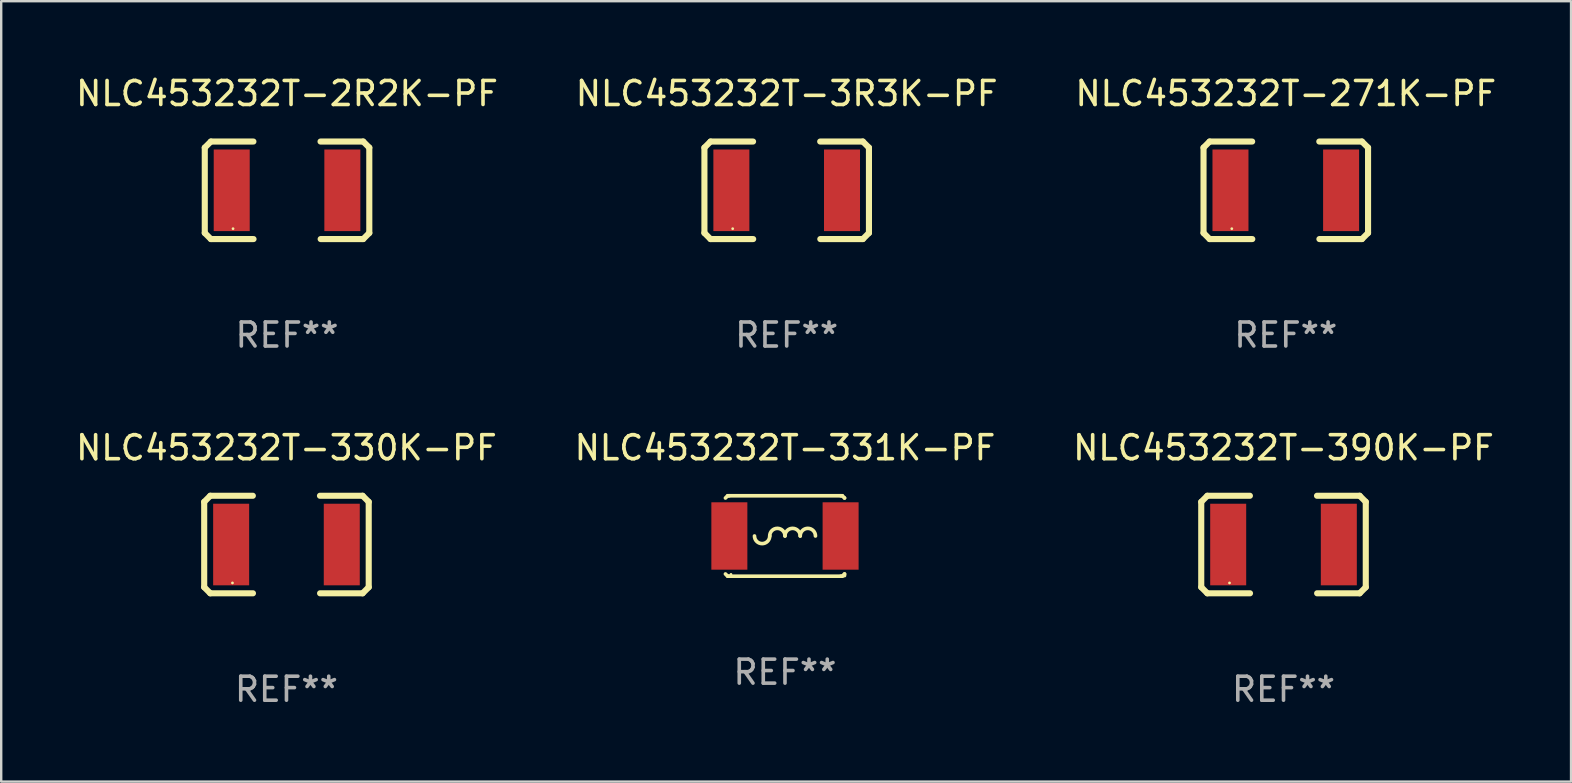
<source format=kicad_pcb>
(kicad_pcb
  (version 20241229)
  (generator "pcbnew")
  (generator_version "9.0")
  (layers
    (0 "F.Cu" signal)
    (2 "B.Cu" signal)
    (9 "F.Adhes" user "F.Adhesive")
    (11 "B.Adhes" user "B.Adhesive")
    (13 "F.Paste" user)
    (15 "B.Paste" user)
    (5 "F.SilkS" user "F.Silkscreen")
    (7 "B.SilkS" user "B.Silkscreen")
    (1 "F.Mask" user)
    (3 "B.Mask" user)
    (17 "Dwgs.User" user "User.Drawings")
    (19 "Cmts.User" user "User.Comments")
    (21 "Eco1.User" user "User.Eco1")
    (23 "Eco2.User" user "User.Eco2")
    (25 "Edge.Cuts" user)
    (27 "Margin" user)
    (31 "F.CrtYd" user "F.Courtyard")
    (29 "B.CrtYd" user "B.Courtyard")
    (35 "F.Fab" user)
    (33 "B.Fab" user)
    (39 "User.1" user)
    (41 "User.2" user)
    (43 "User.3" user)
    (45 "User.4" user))
  (footprint "NLC453232T-3R3K-PF"
    (layer "F.Cu")
    (at 29.732 4.88)
    (property "Reference" "NLC453232T-3R3K-PF" (at 0 -4.032 0) (layer "F.SilkS") (effects (font (size 1 1) (thickness 0.15))))
    (attr through_hole)
    (fp_line (start -3.428 -1.778) (end -3.174 -2.032) (stroke (width 0.254) (type solid)) (layer "F.SilkS"))
    (fp_line (start -3.428 1.778) (end -3.428 -1.778) (stroke (width 0.254) (type solid)) (layer "F.SilkS"))
    (fp_line (start -3.174 -2.032) (end -1.401 -2.032) (stroke (width 0.254) (type solid)) (layer "F.SilkS"))
    (fp_line (start -3.174 2.032) (end -3.428 1.778) (stroke (width 0.254) (type solid)) (layer "F.SilkS"))
    (fp_line (start -1.396 2.032) (end -3.174 2.032) (stroke (width 0.254) (type solid)) (layer "F.SilkS"))
    (fp_line (start 1.396 -2.032) (end 3.174 -2.032) (stroke (width 0.254) (type solid)) (layer "F.SilkS"))
    (fp_line (start 3.174 -2.032) (end 3.428 -1.778) (stroke (width 0.254) (type solid)) (layer "F.SilkS"))
    (fp_line (start 3.174 2.032) (end 1.401 2.032) (stroke (width 0.254) (type solid)) (layer "F.SilkS"))
    (fp_line (start 3.428 -1.778) (end 3.428 1.778) (stroke (width 0.254) (type solid)) (layer "F.SilkS"))
    (fp_line (start 3.428 1.778) (end 3.174 2.032) (stroke (width 0.254) (type solid)) (layer "F.SilkS"))
    (fp_circle (center -2.25 1.6) (end -2.22 1.6) (stroke (width 0.06) (type solid)) (fill no) (layer "F.SilkS"))
    (fp_text user "REF**" (at 0 6.032 0) (layer "F.Fab") (effects (font (size 1 1) (thickness 0.15))))
    (pad "1" smd rect (at -2.305 0) (size 1.5 3.4) (layers "F.Cu" "F.Mask" "F.Paste"))
    (pad "2" smd rect (at 2.305 0) (size 1.5 3.4) (layers "F.Cu" "F.Mask" "F.Paste")))
  (footprint "NLC453232T-330K-PF"
    (layer "F.Cu")
    (at 8.887 19.641)
    (property "Reference" "NLC453232T-330K-PF" (at 0 -4.032 0) (layer "F.SilkS") (effects (font (size 1 1) (thickness 0.15))))
    (attr through_hole)
    (fp_line (start -3.428 -1.778) (end -3.174 -2.032) (stroke (width 0.254) (type solid)) (layer "F.SilkS"))
    (fp_line (start -3.428 1.778) (end -3.428 -1.778) (stroke (width 0.254) (type solid)) (layer "F.SilkS"))
    (fp_line (start -3.174 -2.032) (end -1.401 -2.032) (stroke (width 0.254) (type solid)) (layer "F.SilkS"))
    (fp_line (start -3.174 2.032) (end -3.428 1.778) (stroke (width 0.254) (type solid)) (layer "F.SilkS"))
    (fp_line (start -1.396 2.032) (end -3.174 2.032) (stroke (width 0.254) (type solid)) (layer "F.SilkS"))
    (fp_line (start 1.396 -2.032) (end 3.174 -2.032) (stroke (width 0.254) (type solid)) (layer "F.SilkS"))
    (fp_line (start 3.174 -2.032) (end 3.428 -1.778) (stroke (width 0.254) (type solid)) (layer "F.SilkS"))
    (fp_line (start 3.174 2.032) (end 1.401 2.032) (stroke (width 0.254) (type solid)) (layer "F.SilkS"))
    (fp_line (start 3.428 -1.778) (end 3.428 1.778) (stroke (width 0.254) (type solid)) (layer "F.SilkS"))
    (fp_line (start 3.428 1.778) (end 3.174 2.032) (stroke (width 0.254) (type solid)) (layer "F.SilkS"))
    (fp_circle (center -2.25 1.6) (end -2.22 1.6) (stroke (width 0.06) (type solid)) (fill no) (layer "F.SilkS"))
    (fp_text user "REF**" (at 0 6.032 0) (layer "F.Fab") (effects (font (size 1 1) (thickness 0.15))))
    (pad "1" smd rect (at -2.305 0) (size 1.5 3.4) (layers "F.Cu" "F.Mask" "F.Paste"))
    (pad "2" smd rect (at 2.305 0) (size 1.5 3.4) (layers "F.Cu" "F.Mask" "F.Paste")))
  (footprint "NLC453232T-2R2K-PF"
    (layer "F.Cu")
    (at 8.911 4.88)
    (property "Reference" "NLC453232T-2R2K-PF" (at 0 -4.032 0) (layer "F.SilkS") (effects (font (size 1 1) (thickness 0.15))))
    (attr through_hole)
    (fp_line (start -3.428 -1.778) (end -3.174 -2.032) (stroke (width 0.254) (type solid)) (layer "F.SilkS"))
    (fp_line (start -3.428 1.778) (end -3.428 -1.778) (stroke (width 0.254) (type solid)) (layer "F.SilkS"))
    (fp_line (start -3.174 -2.032) (end -1.401 -2.032) (stroke (width 0.254) (type solid)) (layer "F.SilkS"))
    (fp_line (start -3.174 2.032) (end -3.428 1.778) (stroke (width 0.254) (type solid)) (layer "F.SilkS"))
    (fp_line (start -1.396 2.032) (end -3.174 2.032) (stroke (width 0.254) (type solid)) (layer "F.SilkS"))
    (fp_line (start 1.396 -2.032) (end 3.174 -2.032) (stroke (width 0.254) (type solid)) (layer "F.SilkS"))
    (fp_line (start 3.174 -2.032) (end 3.428 -1.778) (stroke (width 0.254) (type solid)) (layer "F.SilkS"))
    (fp_line (start 3.174 2.032) (end 1.401 2.032) (stroke (width 0.254) (type solid)) (layer "F.SilkS"))
    (fp_line (start 3.428 -1.778) (end 3.428 1.778) (stroke (width 0.254) (type solid)) (layer "F.SilkS"))
    (fp_line (start 3.428 1.778) (end 3.174 2.032) (stroke (width 0.254) (type solid)) (layer "F.SilkS"))
    (fp_circle (center -2.25 1.6) (end -2.22 1.6) (stroke (width 0.06) (type solid)) (fill no) (layer "F.SilkS"))
    (fp_text user "REF**" (at 0 6.032 0) (layer "F.Fab") (effects (font (size 1 1) (thickness 0.15))))
    (pad "1" smd rect (at -2.305 0) (size 1.5 3.4) (layers "F.Cu" "F.Mask" "F.Paste"))
    (pad "2" smd rect (at 2.305 0) (size 1.5 3.4) (layers "F.Cu" "F.Mask" "F.Paste")))
  (footprint "NLC453232T-271K-PF"
    (layer "F.Cu")
    (at 50.53 4.88)
    (property "Reference" "NLC453232T-271K-PF" (at 0 -4.032 0) (layer "F.SilkS") (effects (font (size 1 1) (thickness 0.15))))
    (attr through_hole)
    (fp_line (start -3.428 -1.778) (end -3.174 -2.032) (stroke (width 0.254) (type solid)) (layer "F.SilkS"))
    (fp_line (start -3.428 1.778) (end -3.428 -1.778) (stroke (width 0.254) (type solid)) (layer "F.SilkS"))
    (fp_line (start -3.174 -2.032) (end -1.401 -2.032) (stroke (width 0.254) (type solid)) (layer "F.SilkS"))
    (fp_line (start -3.174 2.032) (end -3.428 1.778) (stroke (width 0.254) (type solid)) (layer "F.SilkS"))
    (fp_line (start -1.396 2.032) (end -3.174 2.032) (stroke (width 0.254) (type solid)) (layer "F.SilkS"))
    (fp_line (start 1.396 -2.032) (end 3.174 -2.032) (stroke (width 0.254) (type solid)) (layer "F.SilkS"))
    (fp_line (start 3.174 -2.032) (end 3.428 -1.778) (stroke (width 0.254) (type solid)) (layer "F.SilkS"))
    (fp_line (start 3.174 2.032) (end 1.401 2.032) (stroke (width 0.254) (type solid)) (layer "F.SilkS"))
    (fp_line (start 3.428 -1.778) (end 3.428 1.778) (stroke (width 0.254) (type solid)) (layer "F.SilkS"))
    (fp_line (start 3.428 1.778) (end 3.174 2.032) (stroke (width 0.254) (type solid)) (layer "F.SilkS"))
    (fp_circle (center -2.25 1.6) (end -2.22 1.6) (stroke (width 0.06) (type solid)) (fill no) (layer "F.SilkS"))
    (fp_text user "REF**" (at 0 6.032 0) (layer "F.Fab") (effects (font (size 1 1) (thickness 0.15))))
    (pad "1" smd rect (at -2.305 0) (size 1.5 3.4) (layers "F.Cu" "F.Mask" "F.Paste"))
    (pad "2" smd rect (at 2.305 0) (size 1.5 3.4) (layers "F.Cu" "F.Mask" "F.Paste")))
  (footprint "NLC453232T-390K-PF"
    (layer "F.Cu")
    (at 50.435 19.641)
    (property "Reference" "NLC453232T-390K-PF" (at 0 -4.032 0) (layer "F.SilkS") (effects (font (size 1 1) (thickness 0.15))))
    (attr through_hole)
    (fp_line (start -3.428 -1.778) (end -3.174 -2.032) (stroke (width 0.254) (type solid)) (layer "F.SilkS"))
    (fp_line (start -3.428 1.778) (end -3.428 -1.778) (stroke (width 0.254) (type solid)) (layer "F.SilkS"))
    (fp_line (start -3.174 -2.032) (end -1.401 -2.032) (stroke (width 0.254) (type solid)) (layer "F.SilkS"))
    (fp_line (start -3.174 2.032) (end -3.428 1.778) (stroke (width 0.254) (type solid)) (layer "F.SilkS"))
    (fp_line (start -1.396 2.032) (end -3.174 2.032) (stroke (width 0.254) (type solid)) (layer "F.SilkS"))
    (fp_line (start 1.396 -2.032) (end 3.174 -2.032) (stroke (width 0.254) (type solid)) (layer "F.SilkS"))
    (fp_line (start 3.174 -2.032) (end 3.428 -1.778) (stroke (width 0.254) (type solid)) (layer "F.SilkS"))
    (fp_line (start 3.174 2.032) (end 1.401 2.032) (stroke (width 0.254) (type solid)) (layer "F.SilkS"))
    (fp_line (start 3.428 -1.778) (end 3.428 1.778) (stroke (width 0.254) (type solid)) (layer "F.SilkS"))
    (fp_line (start 3.428 1.778) (end 3.174 2.032) (stroke (width 0.254) (type solid)) (layer "F.SilkS"))
    (fp_circle (center -2.25 1.6) (end -2.22 1.6) (stroke (width 0.06) (type solid)) (fill no) (layer "F.SilkS"))
    (fp_text user "REF**" (at 0 6.032 0) (layer "F.Fab") (effects (font (size 1 1) (thickness 0.15))))
    (pad "1" smd rect (at -2.305 0) (size 1.5 3.4) (layers "F.Cu" "F.Mask" "F.Paste"))
    (pad "2" smd rect (at 2.305 0) (size 1.5 3.4) (layers "F.Cu" "F.Mask" "F.Paste")))
  (footprint "NLC453232T-331K-PF"
    (layer "F.Cu")
    (at 29.661 19.285)
    (property "Reference" "NLC453232T-331K-PF" (at 0 -3.676 0) (layer "F.SilkS") (effects (font (size 1 1) (thickness 0.15))))
    (attr through_hole)
    (fp_line (start -2.388 -1.676) (end -2.481 -1.583) (stroke (width 0.152) (type solid)) (layer "F.SilkS"))
    (fp_line (start -2.388 1.676) (end -2.481 1.583) (stroke (width 0.152) (type solid)) (layer "F.SilkS"))
    (fp_line (start -2.326 -1.676) (end -2.388 -1.676) (stroke (width 0.152) (type solid)) (layer "F.SilkS"))
    (fp_line (start -2.326 1.676) (end -2.388 1.676) (stroke (width 0.152) (type solid)) (layer "F.SilkS"))
    (fp_line (start 2.326 -1.676) (end -2.326 -1.676) (stroke (width 0.152) (type solid)) (layer "F.SilkS"))
    (fp_line (start 2.326 -1.676) (end 2.388 -1.676) (stroke (width 0.152) (type solid)) (layer "F.SilkS"))
    (fp_line (start 2.326 1.676) (end -2.326 1.676) (stroke (width 0.152) (type solid)) (layer "F.SilkS"))
    (fp_line (start 2.326 1.676) (end 2.388 1.676) (stroke (width 0.152) (type solid)) (layer "F.SilkS"))
    (fp_line (start 2.388 -1.676) (end 2.481 -1.583) (stroke (width 0.152) (type solid)) (layer "F.SilkS"))
    (fp_line (start 2.388 1.676) (end 2.481 1.583) (stroke (width 0.152) (type solid)) (layer "F.SilkS"))
    (fp_line (start 2.481 -1.583) (end 2.481 -1.584) (stroke (width 0.152) (type solid)) (layer "F.SilkS"))
    (fp_line (start 2.481 1.584) (end 2.481 1.651) (stroke (width 0.152) (type solid)) (layer "F.SilkS"))
    (fp_arc (start -0.636018 0) (mid -0.318009 -0.318009) (end 0 0) (stroke (width 0.151994) (type solid)) (layer "F.SilkS"))
    (fp_arc (start -0.635001 0) (mid -0.95301 0.318009) (end -1.271019 0) (stroke (width 0.151994) (type solid)) (layer "F.SilkS"))
    (fp_arc (start -0.001015 0) (mid 0.316993 -0.318008) (end 0.635001 0) (stroke (width 0.151994) (type solid)) (layer "F.SilkS"))
    (fp_arc (start 0.633985 0) (mid 0.951994 -0.318009) (end 1.270003 0) (stroke (width 0.151994) (type solid)) (layer "F.SilkS"))
    (fp_circle (center -2.25 1.6) (end -2.22 1.6) (stroke (width 0.06) (type solid)) (fill no) (layer "F.SilkS"))
    (fp_text user "REF**" (at 0 5.676 0) (layer "F.Fab") (effects (font (size 1 1) (thickness 0.15))))
    (pad "1" smd rect (at -2.318 0) (size 1.5 2.808) (layers "F.Cu" "F.Mask" "F.Paste"))
    (pad "2" smd rect (at 2.318 0) (size 1.5 2.808) (layers "F.Cu" "F.Mask" "F.Paste")))
  (gr_rect
    (start -3 -3)
    (end 62.417 29.521)
    (stroke (width 0.1) (type default))
    (fill no)
    (layer "Edge.Cuts")))
</source>
